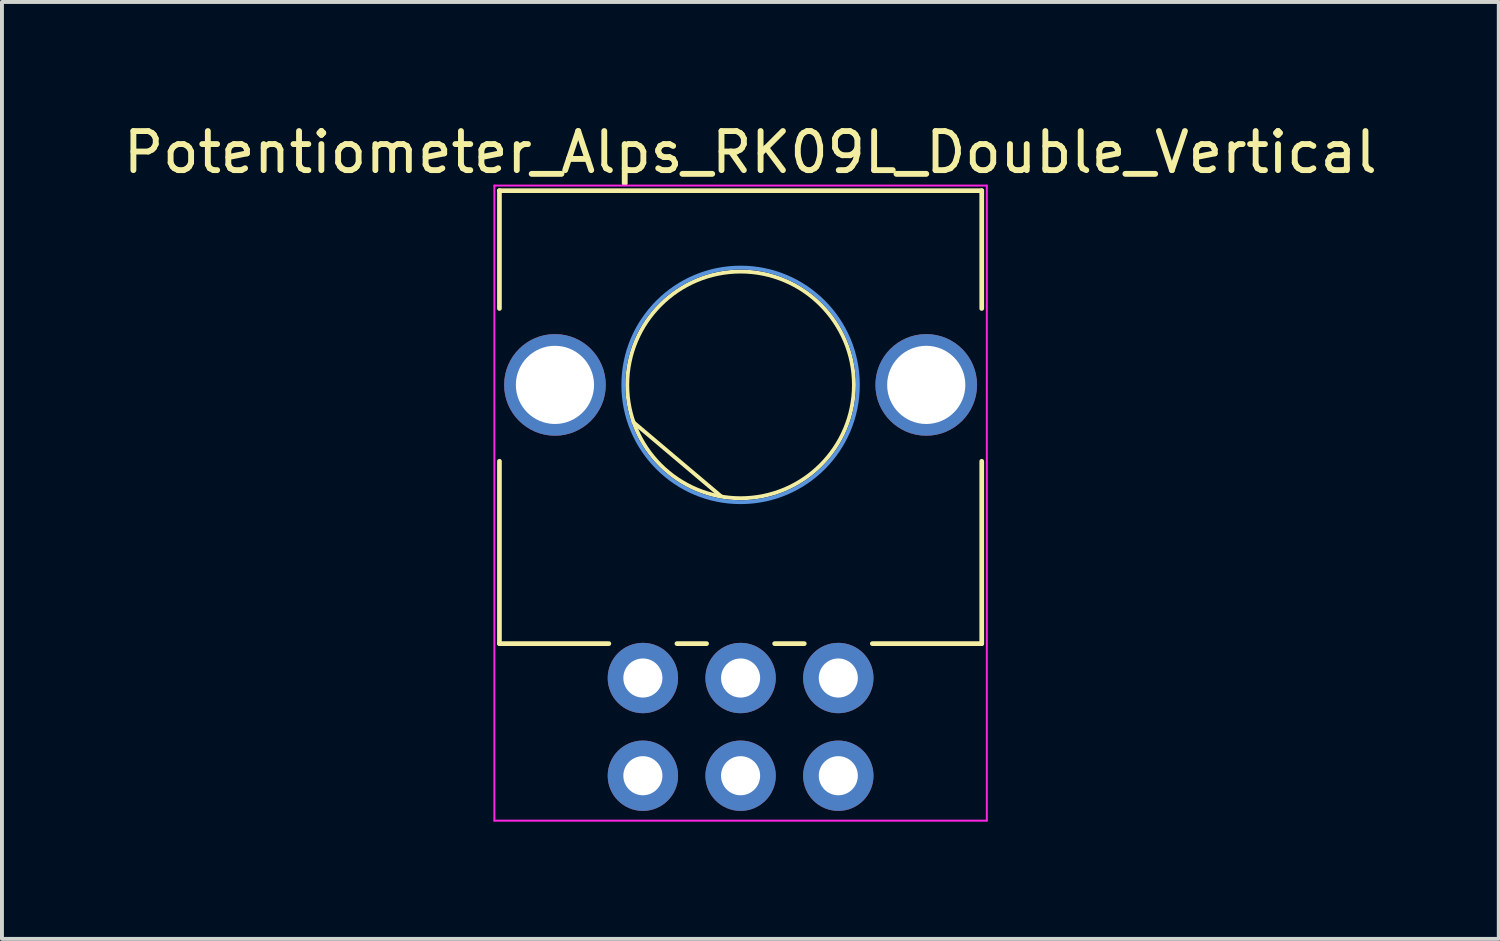
<source format=kicad_pcb>
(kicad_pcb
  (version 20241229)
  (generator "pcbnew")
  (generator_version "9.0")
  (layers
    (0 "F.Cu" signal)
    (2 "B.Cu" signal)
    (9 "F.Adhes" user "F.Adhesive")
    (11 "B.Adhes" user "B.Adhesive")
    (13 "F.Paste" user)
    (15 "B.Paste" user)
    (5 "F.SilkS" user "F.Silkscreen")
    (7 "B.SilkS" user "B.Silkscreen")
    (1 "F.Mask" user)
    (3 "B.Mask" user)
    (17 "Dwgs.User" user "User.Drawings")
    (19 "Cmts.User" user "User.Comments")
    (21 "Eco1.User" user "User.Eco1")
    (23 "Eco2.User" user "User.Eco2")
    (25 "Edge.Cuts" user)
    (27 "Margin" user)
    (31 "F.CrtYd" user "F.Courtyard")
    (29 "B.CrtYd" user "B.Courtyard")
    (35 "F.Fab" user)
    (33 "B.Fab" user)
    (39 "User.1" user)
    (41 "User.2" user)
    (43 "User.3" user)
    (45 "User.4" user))
  (footprint "Potentiometer_Alps_RK09L_Double_Vertical"
    (layer "F.Cu")
    (at 15.899 6.798)
    (property "Reference" "Potentiometer_Alps_RK09L_Double_Vertical" (at 0.25 -5.95 0) (layer "F.SilkS") (effects (font (size 1 1) (thickness 0.15))))
    (attr through_hole)
    (fp_line (start -6.17 -4.97) (end 6.17 -4.97) (stroke (width 0.12) (type solid)) (layer "F.SilkS"))
    (fp_line (start -6.17 -1.955) (end -6.17 -4.97) (stroke (width 0.12) (type solid)) (layer "F.SilkS"))
    (fp_line (start -6.17 6.62) (end -6.17 1.954) (stroke (width 0.12) (type solid)) (layer "F.SilkS"))
    (fp_line (start -6.17 6.62) (end -3.371 6.62) (stroke (width 0.12) (type solid)) (layer "F.SilkS"))
    (fp_line (start -2.75 0.95) (end -0.5 2.85) (stroke (width 0.1) (type solid)) (layer "F.SilkS"))
    (fp_line (start -1.629 6.62) (end -0.87 6.62) (stroke (width 0.12) (type solid)) (layer "F.SilkS"))
    (fp_line (start 0.871 6.62) (end 1.63 6.62) (stroke (width 0.12) (type solid)) (layer "F.SilkS"))
    (fp_line (start 3.37 6.62) (end 6.17 6.62) (stroke (width 0.12) (type solid)) (layer "F.SilkS"))
    (fp_line (start 6.17 -1.955) (end 6.17 -4.97) (stroke (width 0.12) (type solid)) (layer "F.SilkS"))
    (fp_line (start 6.17 6.62) (end 6.17 1.954) (stroke (width 0.12) (type solid)) (layer "F.SilkS"))
    (fp_circle (center 0 0) (end 0 -2.9) (stroke (width 0.1) (type solid)) (fill no) (layer "F.SilkS"))
    (fp_circle (center 0 0) (end 0 -3) (stroke (width 0.1) (type solid)) (fill no) (layer "Cmts.User"))
    (fp_line (start -6.3 -5.1) (end -6.3 11.15) (stroke (width 0.05) (type solid)) (layer "F.CrtYd"))
    (fp_line (start -6.3 11.15) (end 6.3 11.15) (stroke (width 0.05) (type solid)) (layer "F.CrtYd"))
    (fp_line (start 6.3 -5.1) (end -6.3 -5.1) (stroke (width 0.05) (type solid)) (layer "F.CrtYd"))
    (fp_line (start 6.3 11.15) (end 6.3 -5.1) (stroke (width 0.05) (type solid)) (layer "F.CrtYd"))
    (pad "1" thru_hole circle (at 2.5 7.5 90) (size 1.8 1.8) (drill 1) (layers "*.Cu" "*.Mask"))
    (pad "2" thru_hole circle (at 0 7.5 90) (size 1.8 1.8) (drill 1) (layers "*.Cu" "*.Mask"))
    (pad "3" thru_hole circle (at -2.5 7.5 90) (size 1.8 1.8) (drill 1) (layers "*.Cu" "*.Mask"))
    (pad "4" thru_hole circle (at 2.5 10 90) (size 1.8 1.8) (drill 1) (layers "*.Cu" "*.Mask"))
    (pad "5" thru_hole circle (at 0 10 90) (size 1.8 1.8) (drill 1) (layers "*.Cu" "*.Mask"))
    (pad "6" thru_hole circle (at -2.5 10 90) (size 1.8 1.8) (drill 1) (layers "*.Cu" "*.Mask"))
    (pad "7" thru_hole circle (at -4.75 0 90) (size 2.6 2.6) (drill 2) (layers "*.Cu" "*.Mask"))
    (pad "8" thru_hole circle (at 4.75 0 90) (size 2.6 2.6) (drill 2) (layers "*.Cu" "*.Mask")))
  (gr_rect
    (start -3 -3)
    (end 35.298 20.973)
    (stroke (width 0.1) (type default))
    (fill no)
    (layer "Edge.Cuts")))
</source>
